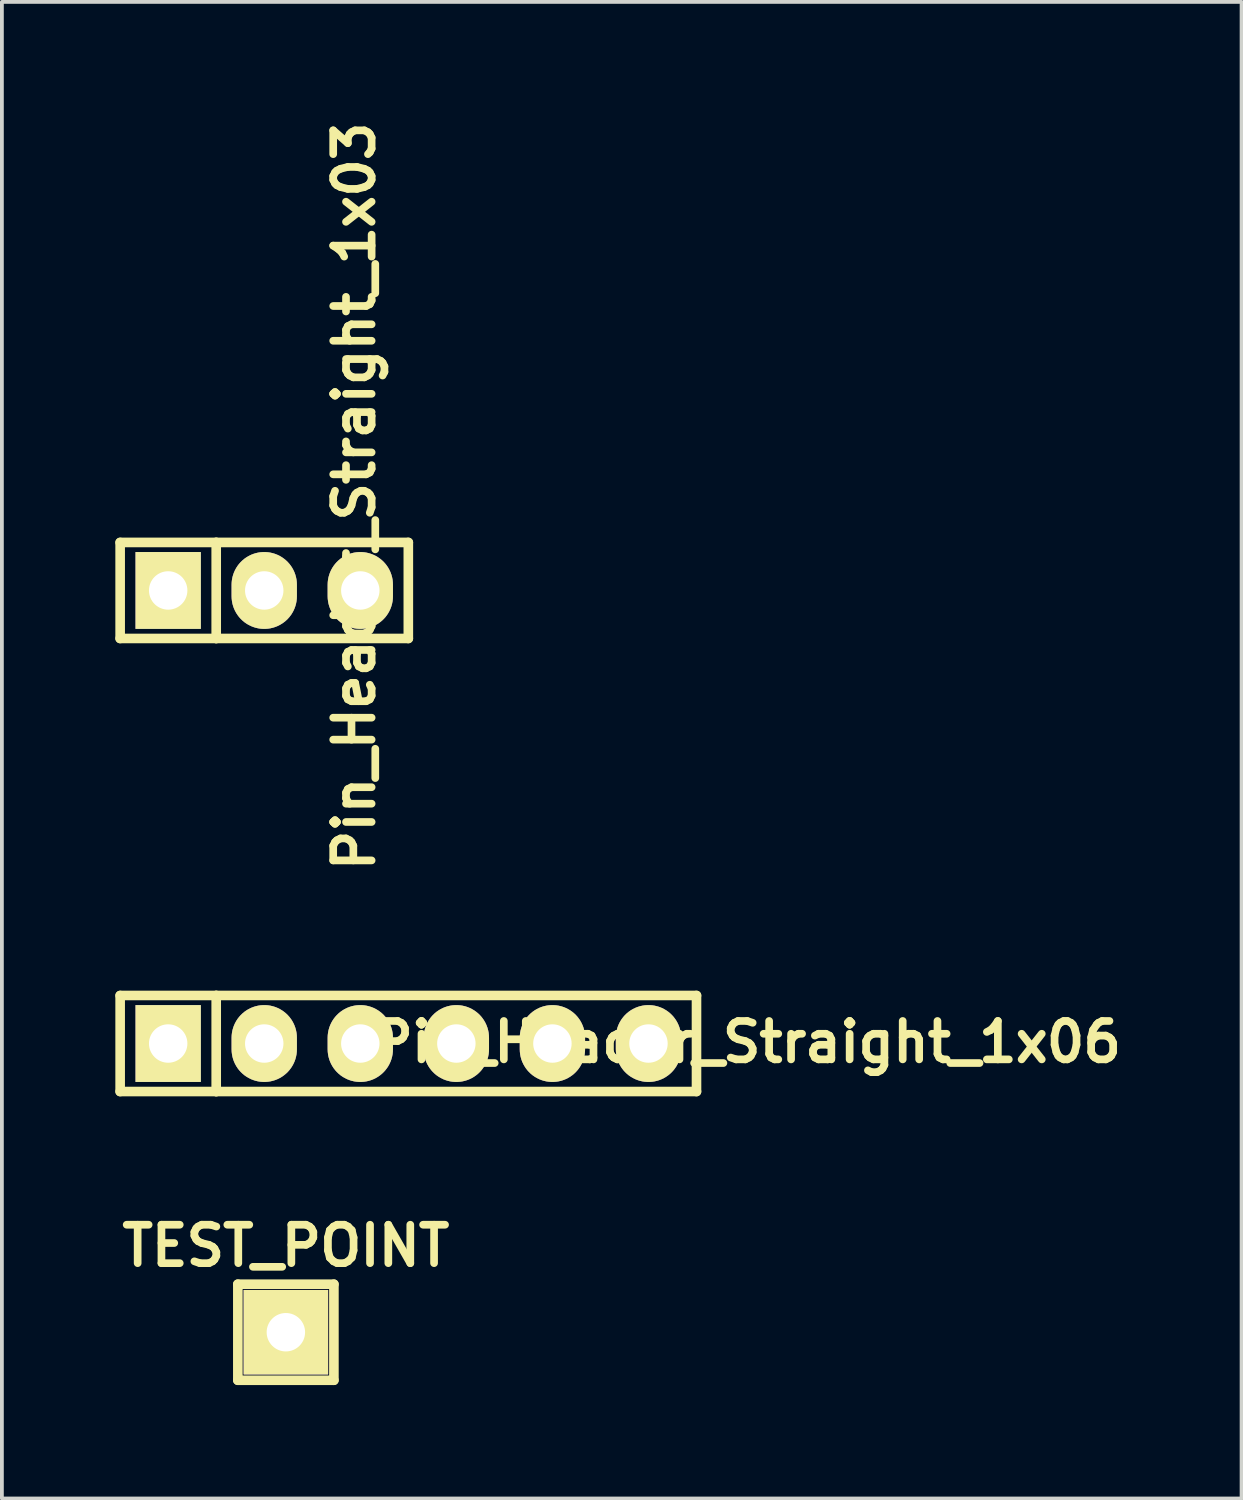
<source format=kicad_pcb>
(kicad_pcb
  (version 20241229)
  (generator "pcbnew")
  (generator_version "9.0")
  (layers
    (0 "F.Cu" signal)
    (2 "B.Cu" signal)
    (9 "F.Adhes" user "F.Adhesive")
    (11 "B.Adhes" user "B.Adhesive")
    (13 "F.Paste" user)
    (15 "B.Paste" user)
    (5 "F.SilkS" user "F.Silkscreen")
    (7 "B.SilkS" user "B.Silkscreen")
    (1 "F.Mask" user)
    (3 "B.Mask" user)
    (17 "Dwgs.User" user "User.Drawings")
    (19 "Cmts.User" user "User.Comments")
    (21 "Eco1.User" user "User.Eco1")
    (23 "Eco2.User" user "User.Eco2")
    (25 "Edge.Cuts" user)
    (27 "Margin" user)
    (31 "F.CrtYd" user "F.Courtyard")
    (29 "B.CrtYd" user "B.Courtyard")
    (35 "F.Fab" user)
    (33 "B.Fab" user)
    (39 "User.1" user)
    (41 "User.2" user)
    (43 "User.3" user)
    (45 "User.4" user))
  (footprint "Pin_Header_Straight_1x06"
    (layer "F.Cu")
    (at 7.747 24.543)
    (property "Reference" "Pin_Header_Straight_1x06" (at 8.96 -0.04 0) (layer "F.SilkS") (effects (font (size 1.016 1.016) (thickness 0.203))))
    (attr through_hole)
    (fp_line (start -7.62 -1.27) (end -7.62 1.27) (stroke (width 0.254) (type solid)) (layer "F.SilkS"))
    (fp_line (start -7.62 -1.27) (end -5.08 -1.27) (stroke (width 0.254) (type solid)) (layer "F.SilkS"))
    (fp_line (start -7.62 1.27) (end -5.08 1.27) (stroke (width 0.254) (type solid)) (layer "F.SilkS"))
    (fp_line (start -5.08 -1.27) (end -5.08 1.27) (stroke (width 0.254) (type solid)) (layer "F.SilkS"))
    (fp_line (start -5.08 -1.27) (end 7.62 -1.27) (stroke (width 0.254) (type solid)) (layer "F.SilkS"))
    (fp_line (start 7.62 -1.27) (end 7.62 1.27) (stroke (width 0.254) (type solid)) (layer "F.SilkS"))
    (fp_line (start 7.62 1.27) (end -5.08 1.27) (stroke (width 0.254) (type solid)) (layer "F.SilkS"))
    (pad "1" thru_hole rect (at -6.35 0) (size 1.727 2.032) (drill 1.016) (layers "*.Cu" "*.Mask" "F.SilkS"))
    (pad "2" thru_hole oval (at -3.81 0) (size 1.727 2.032) (drill 1.016) (layers "*.Cu" "*.Mask" "F.SilkS"))
    (pad "3" thru_hole oval (at -1.27 0) (size 1.727 2.032) (drill 1.016) (layers "*.Cu" "*.Mask" "F.SilkS"))
    (pad "4" thru_hole oval (at 1.27 0) (size 1.727 2.032) (drill 1.016) (layers "*.Cu" "*.Mask" "F.SilkS"))
    (pad "5" thru_hole oval (at 3.81 0) (size 1.727 2.032) (drill 1.016) (layers "*.Cu" "*.Mask" "F.SilkS"))
    (pad "6" thru_hole oval (at 6.35 0) (size 1.727 2.032) (drill 1.016) (layers "*.Cu" "*.Mask" "F.SilkS")))
  (footprint "TEST_POINT"
    (layer "F.Cu")
    (at 4.509 32.177)
    (property "Reference" "TEST_POINT" (at 0 -2.286 0) (layer "F.SilkS") (effects (font (size 1.016 1.016) (thickness 0.203))))
    (attr through_hole)
    (fp_line (start -1.27 -1.27) (end -1.27 1.27) (stroke (width 0.254) (type solid)) (layer "F.SilkS"))
    (fp_line (start -1.27 1.27) (end 1.27 1.27) (stroke (width 0.254) (type solid)) (layer "F.SilkS"))
    (fp_line (start 1.27 -1.27) (end -1.27 -1.27) (stroke (width 0.254) (type solid)) (layer "F.SilkS"))
    (fp_line (start 1.27 1.27) (end 1.27 -1.27) (stroke (width 0.254) (type solid)) (layer "F.SilkS"))
    (pad "1" thru_hole rect (at 0 0) (size 2.235 2.235) (drill 1.016) (layers "*.Cu" "*.Mask" "F.SilkS")))
  (footprint "Pin_Header_Straight_1x03"
    (layer "F.Cu")
    (at 3.937 12.563)
    (property "Reference" "Pin_Header_Straight_1x03" (at 2.38 -2.49 90) (layer "F.SilkS") (effects (font (size 1.016 1.016) (thickness 0.203))))
    (attr through_hole)
    (fp_line (start -3.81 -1.27) (end -3.81 1.27) (stroke (width 0.254) (type solid)) (layer "F.SilkS"))
    (fp_line (start -3.81 -1.27) (end -1.27 -1.27) (stroke (width 0.254) (type solid)) (layer "F.SilkS"))
    (fp_line (start -3.81 1.27) (end -1.27 1.27) (stroke (width 0.254) (type solid)) (layer "F.SilkS"))
    (fp_line (start -1.27 -1.27) (end -1.27 1.27) (stroke (width 0.254) (type solid)) (layer "F.SilkS"))
    (fp_line (start -1.27 1.27) (end 3.81 1.27) (stroke (width 0.254) (type solid)) (layer "F.SilkS"))
    (fp_line (start 3.81 -1.27) (end -1.27 -1.27) (stroke (width 0.254) (type solid)) (layer "F.SilkS"))
    (fp_line (start 3.81 1.27) (end 3.81 -1.27) (stroke (width 0.254) (type solid)) (layer "F.SilkS"))
    (pad "1" thru_hole rect (at -2.54 0) (size 1.727 2.032) (drill 1.016) (layers "*.Cu" "*.Mask" "F.SilkS"))
    (pad "2" thru_hole oval (at 0 0) (size 1.727 2.032) (drill 1.016) (layers "*.Cu" "*.Mask" "F.SilkS"))
    (pad "3" thru_hole oval (at 2.54 0) (size 1.727 2.032) (drill 1.016) (layers "*.Cu" "*.Mask" "F.SilkS")))
  (gr_rect
    (start -3 -3)
    (end 29.78 36.574)
    (stroke (width 0.1) (type default))
    (fill no)
    (layer "Edge.Cuts")))
</source>
